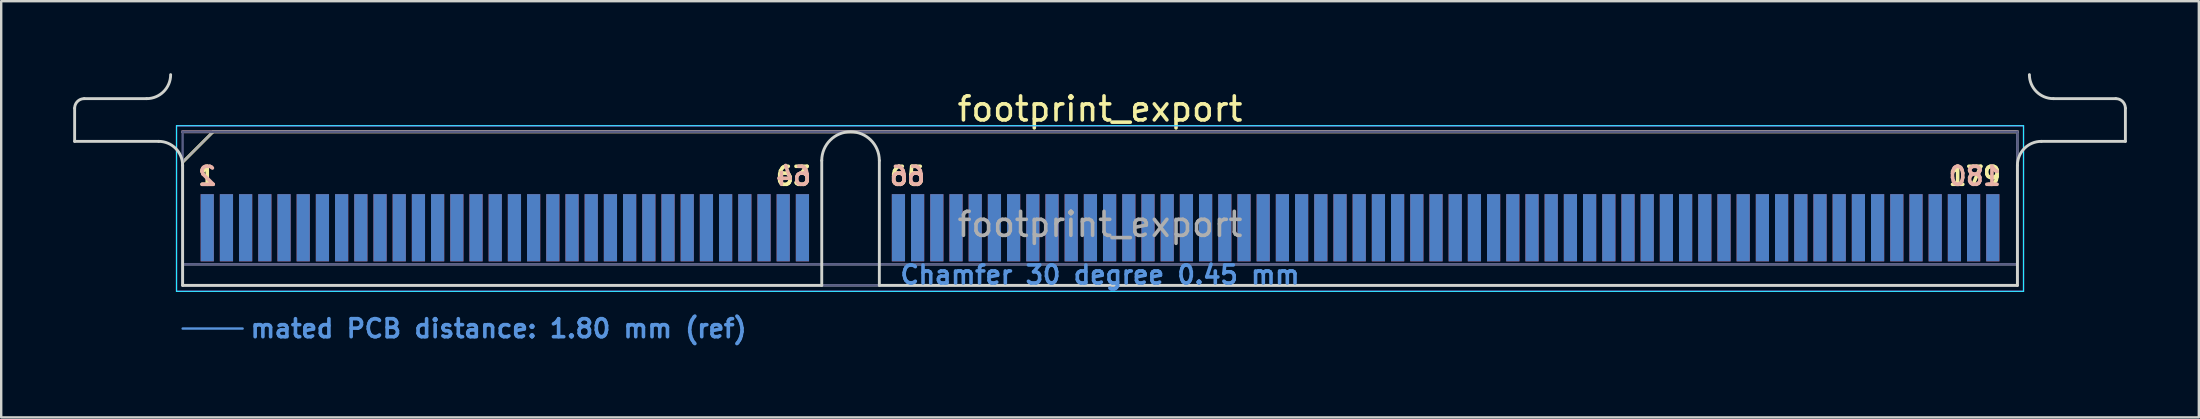
<source format=kicad_pcb>
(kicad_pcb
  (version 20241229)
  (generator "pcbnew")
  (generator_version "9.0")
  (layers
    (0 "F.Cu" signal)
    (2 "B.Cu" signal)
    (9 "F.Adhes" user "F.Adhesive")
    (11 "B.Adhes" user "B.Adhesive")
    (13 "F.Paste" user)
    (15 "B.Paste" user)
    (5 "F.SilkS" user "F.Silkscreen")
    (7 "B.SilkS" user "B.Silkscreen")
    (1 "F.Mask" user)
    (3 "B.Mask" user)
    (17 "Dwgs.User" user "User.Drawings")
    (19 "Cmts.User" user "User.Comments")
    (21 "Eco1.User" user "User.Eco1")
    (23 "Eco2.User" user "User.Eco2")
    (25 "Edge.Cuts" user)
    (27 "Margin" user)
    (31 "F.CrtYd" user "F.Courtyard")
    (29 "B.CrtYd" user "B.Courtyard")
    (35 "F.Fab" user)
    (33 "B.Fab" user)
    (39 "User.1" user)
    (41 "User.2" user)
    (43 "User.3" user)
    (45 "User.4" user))
  (footprint "footprint_export"
    (layer "F.Cu")
    (at 42.785 8.84)
    (property "Reference" "footprint_export" (at 0 -7.35 0) (layer "F.SilkS") (effects (font (size 1 1) (thickness 0.15))))
    (attr exclude_from_pos_files exclude_from_bom)
    (fp_line (start -38.225 -5.13) (end -36.955 -6.4) (stroke (width 0.12) (type solid)) (layer "F.SilkS"))
    (fp_line (start -36.955 -6.4) (end 38.225 -6.4) (stroke (width 0.12) (type solid)) (layer "F.SilkS"))
    (fp_line (start -38.225 -6.4) (end -38.225 -6.4) (stroke (width 0.12) (type solid)) (layer "B.SilkS"))
    (fp_line (start -38.225 -6.4) (end 38.225 -6.4) (stroke (width 0.12) (type solid)) (layer "B.SilkS"))
    (fp_line (start -38.225 1.8) (end -35.725 1.8) (stroke (width 0.1) (type solid)) (layer "Cmts.User"))
    (fp_line (start -42.725 -6) (end -42.725 -7.38) (stroke (width 0.12) (type solid)) (layer "Edge.Cuts"))
    (fp_line (start -42.325 -7.78) (end -39.725 -7.78) (stroke (width 0.12) (type solid)) (layer "Edge.Cuts"))
    (fp_line (start -39.225 -6) (end -42.725 -6) (stroke (width 0.12) (type solid)) (layer "Edge.Cuts"))
    (fp_line (start -38.225 -5) (end -38.225 0) (stroke (width 0.12) (type solid)) (layer "Edge.Cuts"))
    (fp_line (start -38.225 0) (end -11.595 0) (stroke (width 0.12) (type solid)) (layer "Edge.Cuts"))
    (fp_line (start -11.595 0) (end -11.595 -5.2) (stroke (width 0.12) (type solid)) (layer "Edge.Cuts"))
    (fp_line (start -9.195 -5.2) (end -9.195 0) (stroke (width 0.12) (type solid)) (layer "Edge.Cuts"))
    (fp_line (start -9.195 0) (end 38.225 0) (stroke (width 0.12) (type solid)) (layer "Edge.Cuts"))
    (fp_line (start 38.225 0) (end 38.225 -5) (stroke (width 0.12) (type solid)) (layer "Edge.Cuts"))
    (fp_line (start 39.225 -6) (end 42.725 -6) (stroke (width 0.12) (type solid)) (layer "Edge.Cuts"))
    (fp_line (start 42.325 -7.78) (end 39.725 -7.78) (stroke (width 0.12) (type solid)) (layer "Edge.Cuts"))
    (fp_line (start 42.725 -6) (end 42.725 -7.38) (stroke (width 0.12) (type solid)) (layer "Edge.Cuts"))
    (fp_arc (start -42.725 -7.38) (mid -42.607843 -7.662843) (end -42.325 -7.78) (stroke (width 0.12) (type solid)) (layer "Edge.Cuts"))
    (fp_arc (start -39.225 -6) (mid -38.517893 -5.707107) (end -38.225 -5) (stroke (width 0.12) (type solid)) (layer "Edge.Cuts"))
    (fp_arc (start -38.725 -8.78) (mid -39.017893 -8.072893) (end -39.725 -7.78) (stroke (width 0.12) (type solid)) (layer "Edge.Cuts"))
    (fp_arc (start -11.595 -5.2) (mid -10.395 -6.4) (end -9.195 -5.2) (stroke (width 0.12) (type solid)) (layer "Edge.Cuts"))
    (fp_arc (start 38.225 -5) (mid 38.517893 -5.707107) (end 39.225 -6) (stroke (width 0.12) (type solid)) (layer "Edge.Cuts"))
    (fp_arc (start 39.725 -7.78) (mid 39.017893 -8.072893) (end 38.725 -8.78) (stroke (width 0.12) (type solid)) (layer "Edge.Cuts"))
    (fp_arc (start 42.325 -7.78) (mid 42.607843 -7.662843) (end 42.725 -7.38) (stroke (width 0.12) (type solid)) (layer "Edge.Cuts"))
    (fp_line (start -38.48 -6.65) (end -38.48 0.25) (stroke (width 0.05) (type solid)) (layer "B.CrtYd"))
    (fp_line (start -38.48 0.25) (end 38.48 0.25) (stroke (width 0.05) (type solid)) (layer "B.CrtYd"))
    (fp_line (start 38.48 -6.65) (end -38.48 -6.65) (stroke (width 0.05) (type solid)) (layer "B.CrtYd"))
    (fp_line (start 38.48 0.25) (end 38.48 -6.65) (stroke (width 0.05) (type solid)) (layer "B.CrtYd"))
    (fp_line (start -38.48 -6.65) (end -38.48 0.25) (stroke (width 0.05) (type solid)) (layer "F.CrtYd"))
    (fp_line (start -38.48 0.25) (end 38.48 0.25) (stroke (width 0.05) (type solid)) (layer "F.CrtYd"))
    (fp_line (start 38.48 -6.65) (end -38.48 -6.65) (stroke (width 0.05) (type solid)) (layer "F.CrtYd"))
    (fp_line (start 38.48 0.25) (end 38.48 -6.65) (stroke (width 0.05) (type solid)) (layer "F.CrtYd"))
    (fp_line (start -38.225 -6.4) (end -38.225 -6.4) (stroke (width 0.1) (type solid)) (layer "B.Fab"))
    (fp_line (start -38.225 -6.4) (end -38.225 0) (stroke (width 0.1) (type solid)) (layer "B.Fab"))
    (fp_line (start -38.225 -6.4) (end 38.225 -6.4) (stroke (width 0.1) (type solid)) (layer "B.Fab"))
    (fp_line (start -38.225 -0.88) (end 38.225 -0.88) (stroke (width 0.1) (type solid)) (layer "B.Fab"))
    (fp_line (start -38.225 0) (end 38.225 0) (stroke (width 0.1) (type solid)) (layer "B.Fab"))
    (fp_line (start 38.225 -6.4) (end 38.225 0) (stroke (width 0.1) (type solid)) (layer "B.Fab"))
    (fp_line (start -38.225 -5.13) (end -38.225 0) (stroke (width 0.1) (type solid)) (layer "F.Fab"))
    (fp_line (start -38.225 -5.13) (end -36.955 -6.4) (stroke (width 0.1) (type solid)) (layer "F.Fab"))
    (fp_line (start -38.225 -0.88) (end 38.225 -0.88) (stroke (width 0.1) (type solid)) (layer "F.Fab"))
    (fp_line (start -38.225 0) (end 38.225 0) (stroke (width 0.1) (type solid)) (layer "F.Fab"))
    (fp_line (start -36.955 -6.4) (end 38.225 -6.4) (stroke (width 0.1) (type solid)) (layer "F.Fab"))
    (fp_line (start 38.225 -6.4) (end 38.225 0) (stroke (width 0.1) (type solid)) (layer "F.Fab"))
    (fp_text user "63" (at -12.775 -4.55 0) (layer "F.SilkS") (effects (font (size 0.75 0.75) (thickness 0.15))))
    (fp_text user "65" (at -8.025 -4.55 0) (layer "F.SilkS") (effects (font (size 0.75 0.75) (thickness 0.15))))
    (fp_text user "179" (at 36.45 -4.55 0) (layer "F.SilkS") (effects (font (size 0.75 0.75) (thickness 0.15))))
    (fp_text user "1" (at -37.2 -4.55 0) (layer "F.SilkS") (effects (font (size 0.75 0.75) (thickness 0.15))))
    (fp_text user "64" (at -12.775 -4.55 0) (layer "B.SilkS") (effects (font (size 0.75 0.75) (thickness 0.15)) (justify mirror)))
    (fp_text user "66" (at -8.025 -4.55 0) (layer "B.SilkS") (effects (font (size 0.75 0.75) (thickness 0.15)) (justify mirror)))
    (fp_text user "180" (at 36.45 -4.55 0) (layer "B.SilkS") (effects (font (size 0.75 0.75) (thickness 0.15)) (justify mirror)))
    (fp_text user "2" (at -37.2 -4.55 0) (layer "B.SilkS") (effects (font (size 0.75 0.75) (thickness 0.15)) (justify mirror)))
    (fp_text user "mated PCB distance: 1.80 mm (ref)" (at -35.48 1.8 0) (layer "Cmts.User") (effects (font (size 0.75 0.75) (thickness 0.15)) (justify left)))
    (fp_text user "Chamfer 30 degree 0.45 mm" (at 0 -0.44 0) (layer "Cmts.User") (effects (font (size 0.75 0.75) (thickness 0.15))))
    (fp_text user "${REFERENCE}" (at 0 -2.54 0) (layer "F.Fab") (effects (font (size 1 1) (thickness 0.15))))
    (pad "1" connect rect (at -37.2 -2.4) (size 0.55 2.8) (layers "F.Cu" "F.Mask"))
    (pad "2" connect rect (at -37.2 -2.4) (size 0.55 2.8) (layers "B.Cu" "B.Mask"))
    (pad "3" connect rect (at -36.4 -2.4) (size 0.55 2.8) (layers "F.Cu" "F.Mask"))
    (pad "4" connect rect (at -36.4 -2.4) (size 0.55 2.8) (layers "B.Cu" "B.Mask"))
    (pad "5" connect rect (at -35.6 -2.4) (size 0.55 2.8) (layers "F.Cu" "F.Mask"))
    (pad "6" connect rect (at -35.6 -2.4) (size 0.55 2.8) (layers "B.Cu" "B.Mask"))
    (pad "7" connect rect (at -34.8 -2.4) (size 0.55 2.8) (layers "F.Cu" "F.Mask"))
    (pad "8" connect rect (at -34.8 -2.4) (size 0.55 2.8) (layers "B.Cu" "B.Mask"))
    (pad "9" connect rect (at -34 -2.4) (size 0.55 2.8) (layers "F.Cu" "F.Mask"))
    (pad "10" connect rect (at -34 -2.4) (size 0.55 2.8) (layers "B.Cu" "B.Mask"))
    (pad "11" connect rect (at -33.2 -2.4) (size 0.55 2.8) (layers "F.Cu" "F.Mask"))
    (pad "12" connect rect (at -33.2 -2.4) (size 0.55 2.8) (layers "B.Cu" "B.Mask"))
    (pad "13" connect rect (at -32.4 -2.4) (size 0.55 2.8) (layers "F.Cu" "F.Mask"))
    (pad "14" connect rect (at -32.4 -2.4) (size 0.55 2.8) (layers "B.Cu" "B.Mask"))
    (pad "15" connect rect (at -31.6 -2.4) (size 0.55 2.8) (layers "F.Cu" "F.Mask"))
    (pad "16" connect rect (at -31.6 -2.4) (size 0.55 2.8) (layers "B.Cu" "B.Mask"))
    (pad "17" connect rect (at -30.8 -2.4) (size 0.55 2.8) (layers "F.Cu" "F.Mask"))
    (pad "18" connect rect (at -30.8 -2.4) (size 0.55 2.8) (layers "B.Cu" "B.Mask"))
    (pad "19" connect rect (at -30 -2.4) (size 0.55 2.8) (layers "F.Cu" "F.Mask"))
    (pad "20" connect rect (at -30 -2.4) (size 0.55 2.8) (layers "B.Cu" "B.Mask"))
    (pad "21" connect rect (at -29.2 -2.4) (size 0.55 2.8) (layers "F.Cu" "F.Mask"))
    (pad "22" connect rect (at -29.2 -2.4) (size 0.55 2.8) (layers "B.Cu" "B.Mask"))
    (pad "23" connect rect (at -28.4 -2.4) (size 0.55 2.8) (layers "F.Cu" "F.Mask"))
    (pad "24" connect rect (at -28.4 -2.4) (size 0.55 2.8) (layers "B.Cu" "B.Mask"))
    (pad "25" connect rect (at -27.6 -2.4) (size 0.55 2.8) (layers "F.Cu" "F.Mask"))
    (pad "26" connect rect (at -27.6 -2.4) (size 0.55 2.8) (layers "B.Cu" "B.Mask"))
    (pad "27" connect rect (at -26.8 -2.4) (size 0.55 2.8) (layers "F.Cu" "F.Mask"))
    (pad "28" connect rect (at -26.8 -2.4) (size 0.55 2.8) (layers "B.Cu" "B.Mask"))
    (pad "29" connect rect (at -26 -2.4) (size 0.55 2.8) (layers "F.Cu" "F.Mask"))
    (pad "30" connect rect (at -26 -2.4) (size 0.55 2.8) (layers "B.Cu" "B.Mask"))
    (pad "31" connect rect (at -25.2 -2.4) (size 0.55 2.8) (layers "F.Cu" "F.Mask"))
    (pad "32" connect rect (at -25.2 -2.4) (size 0.55 2.8) (layers "B.Cu" "B.Mask"))
    (pad "33" connect rect (at -24.4 -2.4) (size 0.55 2.8) (layers "F.Cu" "F.Mask"))
    (pad "34" connect rect (at -24.4 -2.4) (size 0.55 2.8) (layers "B.Cu" "B.Mask"))
    (pad "35" connect rect (at -23.6 -2.4) (size 0.55 2.8) (layers "F.Cu" "F.Mask"))
    (pad "36" connect rect (at -23.6 -2.4) (size 0.55 2.8) (layers "B.Cu" "B.Mask"))
    (pad "37" connect rect (at -22.8 -2.4) (size 0.55 2.8) (layers "F.Cu" "F.Mask"))
    (pad "38" connect rect (at -22.8 -2.4) (size 0.55 2.8) (layers "B.Cu" "B.Mask"))
    (pad "39" connect rect (at -22 -2.4) (size 0.55 2.8) (layers "F.Cu" "F.Mask"))
    (pad "40" connect rect (at -22 -2.4) (size 0.55 2.8) (layers "B.Cu" "B.Mask"))
    (pad "41" connect rect (at -21.2 -2.4) (size 0.55 2.8) (layers "F.Cu" "F.Mask"))
    (pad "42" connect rect (at -21.2 -2.4) (size 0.55 2.8) (layers "B.Cu" "B.Mask"))
    (pad "43" connect rect (at -20.4 -2.4) (size 0.55 2.8) (layers "F.Cu" "F.Mask"))
    (pad "44" connect rect (at -20.4 -2.4) (size 0.55 2.8) (layers "B.Cu" "B.Mask"))
    (pad "45" connect rect (at -19.6 -2.4) (size 0.55 2.8) (layers "F.Cu" "F.Mask"))
    (pad "46" connect rect (at -19.6 -2.4) (size 0.55 2.8) (layers "B.Cu" "B.Mask"))
    (pad "47" connect rect (at -18.8 -2.4) (size 0.55 2.8) (layers "F.Cu" "F.Mask"))
    (pad "48" connect rect (at -18.8 -2.4) (size 0.55 2.8) (layers "B.Cu" "B.Mask"))
    (pad "49" connect rect (at -18 -2.4) (size 0.55 2.8) (layers "F.Cu" "F.Mask"))
    (pad "50" connect rect (at -18 -2.4) (size 0.55 2.8) (layers "B.Cu" "B.Mask"))
    (pad "51" connect rect (at -17.2 -2.4) (size 0.55 2.8) (layers "F.Cu" "F.Mask"))
    (pad "52" connect rect (at -17.2 -2.4) (size 0.55 2.8) (layers "B.Cu" "B.Mask"))
    (pad "53" connect rect (at -16.4 -2.4) (size 0.55 2.8) (layers "F.Cu" "F.Mask"))
    (pad "54" connect rect (at -16.4 -2.4) (size 0.55 2.8) (layers "B.Cu" "B.Mask"))
    (pad "55" connect rect (at -15.6 -2.4) (size 0.55 2.8) (layers "F.Cu" "F.Mask"))
    (pad "56" connect rect (at -15.6 -2.4) (size 0.55 2.8) (layers "B.Cu" "B.Mask"))
    (pad "57" connect rect (at -14.8 -2.4) (size 0.55 2.8) (layers "F.Cu" "F.Mask"))
    (pad "58" connect rect (at -14.8 -2.4) (size 0.55 2.8) (layers "B.Cu" "B.Mask"))
    (pad "59" connect rect (at -14 -2.4) (size 0.55 2.8) (layers "F.Cu" "F.Mask"))
    (pad "60" connect rect (at -14 -2.4) (size 0.55 2.8) (layers "B.Cu" "B.Mask"))
    (pad "61" connect rect (at -13.2 -2.4) (size 0.55 2.8) (layers "F.Cu" "F.Mask"))
    (pad "62" connect rect (at -13.2 -2.4) (size 0.55 2.8) (layers "B.Cu" "B.Mask"))
    (pad "63" connect rect (at -12.4 -2.4) (size 0.55 2.8) (layers "F.Cu" "F.Mask"))
    (pad "64" connect rect (at -12.4 -2.4) (size 0.55 2.8) (layers "B.Cu" "B.Mask"))
    (pad "65" connect rect (at -8.4 -2.4) (size 0.55 2.8) (layers "F.Cu" "F.Mask"))
    (pad "66" connect rect (at -8.4 -2.4) (size 0.55 2.8) (layers "B.Cu" "B.Mask"))
    (pad "67" connect rect (at -7.6 -2.4) (size 0.55 2.8) (layers "F.Cu" "F.Mask"))
    (pad "68" connect rect (at -7.6 -2.4) (size 0.55 2.8) (layers "B.Cu" "B.Mask"))
    (pad "69" connect rect (at -6.8 -2.4) (size 0.55 2.8) (layers "F.Cu" "F.Mask"))
    (pad "70" connect rect (at -6.8 -2.4) (size 0.55 2.8) (layers "B.Cu" "B.Mask"))
    (pad "71" connect rect (at -6 -2.4) (size 0.55 2.8) (layers "F.Cu" "F.Mask"))
    (pad "72" connect rect (at -6 -2.4) (size 0.55 2.8) (layers "B.Cu" "B.Mask"))
    (pad "73" connect rect (at -5.2 -2.4) (size 0.55 2.8) (layers "F.Cu" "F.Mask"))
    (pad "74" connect rect (at -5.2 -2.4) (size 0.55 2.8) (layers "B.Cu" "B.Mask"))
    (pad "75" connect rect (at -4.4 -2.4) (size 0.55 2.8) (layers "F.Cu" "F.Mask"))
    (pad "76" connect rect (at -4.4 -2.4) (size 0.55 2.8) (layers "B.Cu" "B.Mask"))
    (pad "77" connect rect (at -3.6 -2.4) (size 0.55 2.8) (layers "F.Cu" "F.Mask"))
    (pad "78" connect rect (at -3.6 -2.4) (size 0.55 2.8) (layers "B.Cu" "B.Mask"))
    (pad "79" connect rect (at -2.8 -2.4) (size 0.55 2.8) (layers "F.Cu" "F.Mask"))
    (pad "80" connect rect (at -2.8 -2.4) (size 0.55 2.8) (layers "B.Cu" "B.Mask"))
    (pad "81" connect rect (at -2 -2.4) (size 0.55 2.8) (layers "F.Cu" "F.Mask"))
    (pad "82" connect rect (at -2 -2.4) (size 0.55 2.8) (layers "B.Cu" "B.Mask"))
    (pad "83" connect rect (at -1.2 -2.4) (size 0.55 2.8) (layers "F.Cu" "F.Mask"))
    (pad "84" connect rect (at -1.2 -2.4) (size 0.55 2.8) (layers "B.Cu" "B.Mask"))
    (pad "85" connect rect (at -0.4 -2.4) (size 0.55 2.8) (layers "F.Cu" "F.Mask"))
    (pad "86" connect rect (at -0.4 -2.4) (size 0.55 2.8) (layers "B.Cu" "B.Mask"))
    (pad "87" connect rect (at 0.4 -2.4) (size 0.55 2.8) (layers "F.Cu" "F.Mask"))
    (pad "88" connect rect (at 0.4 -2.4) (size 0.55 2.8) (layers "B.Cu" "B.Mask"))
    (pad "89" connect rect (at 1.2 -2.4) (size 0.55 2.8) (layers "F.Cu" "F.Mask"))
    (pad "90" connect rect (at 1.2 -2.4) (size 0.55 2.8) (layers "B.Cu" "B.Mask"))
    (pad "91" connect rect (at 2 -2.4) (size 0.55 2.8) (layers "F.Cu" "F.Mask"))
    (pad "92" connect rect (at 2 -2.4) (size 0.55 2.8) (layers "B.Cu" "B.Mask"))
    (pad "93" connect rect (at 2.8 -2.4) (size 0.55 2.8) (layers "F.Cu" "F.Mask"))
    (pad "94" connect rect (at 2.8 -2.4) (size 0.55 2.8) (layers "B.Cu" "B.Mask"))
    (pad "95" connect rect (at 3.6 -2.4) (size 0.55 2.8) (layers "F.Cu" "F.Mask"))
    (pad "96" connect rect (at 3.6 -2.4) (size 0.55 2.8) (layers "B.Cu" "B.Mask"))
    (pad "97" connect rect (at 4.4 -2.4) (size 0.55 2.8) (layers "F.Cu" "F.Mask"))
    (pad "98" connect rect (at 4.4 -2.4) (size 0.55 2.8) (layers "B.Cu" "B.Mask"))
    (pad "99" connect rect (at 5.2 -2.4) (size 0.55 2.8) (layers "F.Cu" "F.Mask"))
    (pad "100" connect rect (at 5.2 -2.4) (size 0.55 2.8) (layers "B.Cu" "B.Mask"))
    (pad "101" connect rect (at 6 -2.4) (size 0.55 2.8) (layers "F.Cu" "F.Mask"))
    (pad "102" connect rect (at 6 -2.4) (size 0.55 2.8) (layers "B.Cu" "B.Mask"))
    (pad "103" connect rect (at 6.8 -2.4) (size 0.55 2.8) (layers "F.Cu" "F.Mask"))
    (pad "104" connect rect (at 6.8 -2.4) (size 0.55 2.8) (layers "B.Cu" "B.Mask"))
    (pad "105" connect rect (at 7.6 -2.4) (size 0.55 2.8) (layers "F.Cu" "F.Mask"))
    (pad "106" connect rect (at 7.6 -2.4) (size 0.55 2.8) (layers "B.Cu" "B.Mask"))
    (pad "107" connect rect (at 8.4 -2.4) (size 0.55 2.8) (layers "F.Cu" "F.Mask"))
    (pad "108" connect rect (at 8.4 -2.4) (size 0.55 2.8) (layers "B.Cu" "B.Mask"))
    (pad "109" connect rect (at 9.2 -2.4) (size 0.55 2.8) (layers "F.Cu" "F.Mask"))
    (pad "110" connect rect (at 9.2 -2.4) (size 0.55 2.8) (layers "B.Cu" "B.Mask"))
    (pad "111" connect rect (at 10 -2.4) (size 0.55 2.8) (layers "F.Cu" "F.Mask"))
    (pad "112" connect rect (at 10 -2.4) (size 0.55 2.8) (layers "B.Cu" "B.Mask"))
    (pad "113" connect rect (at 10.8 -2.4) (size 0.55 2.8) (layers "F.Cu" "F.Mask"))
    (pad "114" connect rect (at 10.8 -2.4) (size 0.55 2.8) (layers "B.Cu" "B.Mask"))
    (pad "115" connect rect (at 11.6 -2.4) (size 0.55 2.8) (layers "F.Cu" "F.Mask"))
    (pad "116" connect rect (at 11.6 -2.4) (size 0.55 2.8) (layers "B.Cu" "B.Mask"))
    (pad "117" connect rect (at 12.4 -2.4) (size 0.55 2.8) (layers "F.Cu" "F.Mask"))
    (pad "118" connect rect (at 12.4 -2.4) (size 0.55 2.8) (layers "B.Cu" "B.Mask"))
    (pad "119" connect rect (at 13.2 -2.4) (size 0.55 2.8) (layers "F.Cu" "F.Mask"))
    (pad "120" connect rect (at 13.2 -2.4) (size 0.55 2.8) (layers "B.Cu" "B.Mask"))
    (pad "121" connect rect (at 14 -2.4) (size 0.55 2.8) (layers "F.Cu" "F.Mask"))
    (pad "122" connect rect (at 14 -2.4) (size 0.55 2.8) (layers "B.Cu" "B.Mask"))
    (pad "123" connect rect (at 14.8 -2.4) (size 0.55 2.8) (layers "F.Cu" "F.Mask"))
    (pad "124" connect rect (at 14.8 -2.4) (size 0.55 2.8) (layers "B.Cu" "B.Mask"))
    (pad "125" connect rect (at 15.6 -2.4) (size 0.55 2.8) (layers "F.Cu" "F.Mask"))
    (pad "126" connect rect (at 15.6 -2.4) (size 0.55 2.8) (layers "B.Cu" "B.Mask"))
    (pad "127" connect rect (at 16.4 -2.4) (size 0.55 2.8) (layers "F.Cu" "F.Mask"))
    (pad "128" connect rect (at 16.4 -2.4) (size 0.55 2.8) (layers "B.Cu" "B.Mask"))
    (pad "129" connect rect (at 17.2 -2.4) (size 0.55 2.8) (layers "F.Cu" "F.Mask"))
    (pad "130" connect rect (at 17.2 -2.4) (size 0.55 2.8) (layers "B.Cu" "B.Mask"))
    (pad "131" connect rect (at 18 -2.4) (size 0.55 2.8) (layers "F.Cu" "F.Mask"))
    (pad "132" connect rect (at 18 -2.4) (size 0.55 2.8) (layers "B.Cu" "B.Mask"))
    (pad "133" connect rect (at 18.8 -2.4) (size 0.55 2.8) (layers "F.Cu" "F.Mask"))
    (pad "134" connect rect (at 18.8 -2.4) (size 0.55 2.8) (layers "B.Cu" "B.Mask"))
    (pad "135" connect rect (at 19.6 -2.4) (size 0.55 2.8) (layers "F.Cu" "F.Mask"))
    (pad "136" connect rect (at 19.6 -2.4) (size 0.55 2.8) (layers "B.Cu" "B.Mask"))
    (pad "137" connect rect (at 20.4 -2.4) (size 0.55 2.8) (layers "F.Cu" "F.Mask"))
    (pad "138" connect rect (at 20.4 -2.4) (size 0.55 2.8) (layers "B.Cu" "B.Mask"))
    (pad "139" connect rect (at 21.2 -2.4) (size 0.55 2.8) (layers "F.Cu" "F.Mask"))
    (pad "140" connect rect (at 21.2 -2.4) (size 0.55 2.8) (layers "B.Cu" "B.Mask"))
    (pad "141" connect rect (at 22 -2.4) (size 0.55 2.8) (layers "F.Cu" "F.Mask"))
    (pad "142" connect rect (at 22 -2.4) (size 0.55 2.8) (layers "B.Cu" "B.Mask"))
    (pad "143" connect rect (at 22.8 -2.4) (size 0.55 2.8) (layers "F.Cu" "F.Mask"))
    (pad "144" connect rect (at 22.8 -2.4) (size 0.55 2.8) (layers "B.Cu" "B.Mask"))
    (pad "145" connect rect (at 23.6 -2.4) (size 0.55 2.8) (layers "F.Cu" "F.Mask"))
    (pad "146" connect rect (at 23.6 -2.4) (size 0.55 2.8) (layers "B.Cu" "B.Mask"))
    (pad "147" connect rect (at 24.4 -2.4) (size 0.55 2.8) (layers "F.Cu" "F.Mask"))
    (pad "148" connect rect (at 24.4 -2.4) (size 0.55 2.8) (layers "B.Cu" "B.Mask"))
    (pad "149" connect rect (at 25.2 -2.4) (size 0.55 2.8) (layers "F.Cu" "F.Mask"))
    (pad "150" connect rect (at 25.2 -2.4) (size 0.55 2.8) (layers "B.Cu" "B.Mask"))
    (pad "151" connect rect (at 26 -2.4) (size 0.55 2.8) (layers "F.Cu" "F.Mask"))
    (pad "152" connect rect (at 26 -2.4) (size 0.55 2.8) (layers "B.Cu" "B.Mask"))
    (pad "153" connect rect (at 26.8 -2.4) (size 0.55 2.8) (layers "F.Cu" "F.Mask"))
    (pad "154" connect rect (at 26.8 -2.4) (size 0.55 2.8) (layers "B.Cu" "B.Mask"))
    (pad "155" connect rect (at 27.6 -2.4) (size 0.55 2.8) (layers "F.Cu" "F.Mask"))
    (pad "156" connect rect (at 27.6 -2.4) (size 0.55 2.8) (layers "B.Cu" "B.Mask"))
    (pad "157" connect rect (at 28.4 -2.4) (size 0.55 2.8) (layers "F.Cu" "F.Mask"))
    (pad "158" connect rect (at 28.4 -2.4) (size 0.55 2.8) (layers "B.Cu" "B.Mask"))
    (pad "159" connect rect (at 29.2 -2.4) (size 0.55 2.8) (layers "F.Cu" "F.Mask"))
    (pad "160" connect rect (at 29.2 -2.4) (size 0.55 2.8) (layers "B.Cu" "B.Mask"))
    (pad "161" connect rect (at 30 -2.4) (size 0.55 2.8) (layers "F.Cu" "F.Mask"))
    (pad "162" connect rect (at 30 -2.4) (size 0.55 2.8) (layers "B.Cu" "B.Mask"))
    (pad "163" connect rect (at 30.8 -2.4) (size 0.55 2.8) (layers "F.Cu" "F.Mask"))
    (pad "164" connect rect (at 30.8 -2.4) (size 0.55 2.8) (layers "B.Cu" "B.Mask"))
    (pad "165" connect rect (at 31.6 -2.4) (size 0.55 2.8) (layers "F.Cu" "F.Mask"))
    (pad "166" connect rect (at 31.6 -2.4) (size 0.55 2.8) (layers "B.Cu" "B.Mask"))
    (pad "167" connect rect (at 32.4 -2.4) (size 0.55 2.8) (layers "F.Cu" "F.Mask"))
    (pad "168" connect rect (at 32.4 -2.4) (size 0.55 2.8) (layers "B.Cu" "B.Mask"))
    (pad "169" connect rect (at 33.2 -2.4) (size 0.55 2.8) (layers "F.Cu" "F.Mask"))
    (pad "170" connect rect (at 33.2 -2.4) (size 0.55 2.8) (layers "B.Cu" "B.Mask"))
    (pad "171" connect rect (at 34 -2.4) (size 0.55 2.8) (layers "F.Cu" "F.Mask"))
    (pad "172" connect rect (at 34 -2.4) (size 0.55 2.8) (layers "B.Cu" "B.Mask"))
    (pad "173" connect rect (at 34.8 -2.4) (size 0.55 2.8) (layers "F.Cu" "F.Mask"))
    (pad "174" connect rect (at 34.8 -2.4) (size 0.55 2.8) (layers "B.Cu" "B.Mask"))
    (pad "175" connect rect (at 35.6 -2.4) (size 0.55 2.8) (layers "F.Cu" "F.Mask"))
    (pad "176" connect rect (at 35.6 -2.4) (size 0.55 2.8) (layers "B.Cu" "B.Mask"))
    (pad "177" connect rect (at 36.4 -2.4) (size 0.55 2.8) (layers "F.Cu" "F.Mask"))
    (pad "178" connect rect (at 36.4 -2.4) (size 0.55 2.8) (layers "B.Cu" "B.Mask"))
    (pad "179" connect rect (at 37.2 -2.4) (size 0.55 2.8) (layers "F.Cu" "F.Mask"))
    (pad "180" connect rect (at 37.2 -2.4) (size 0.55 2.8) (layers "B.Cu" "B.Mask")))
  (gr_rect
    (start -3 -3)
    (end 88.57 14.342)
    (stroke (width 0.1) (type default))
    (fill no)
    (layer "Edge.Cuts")))
</source>
